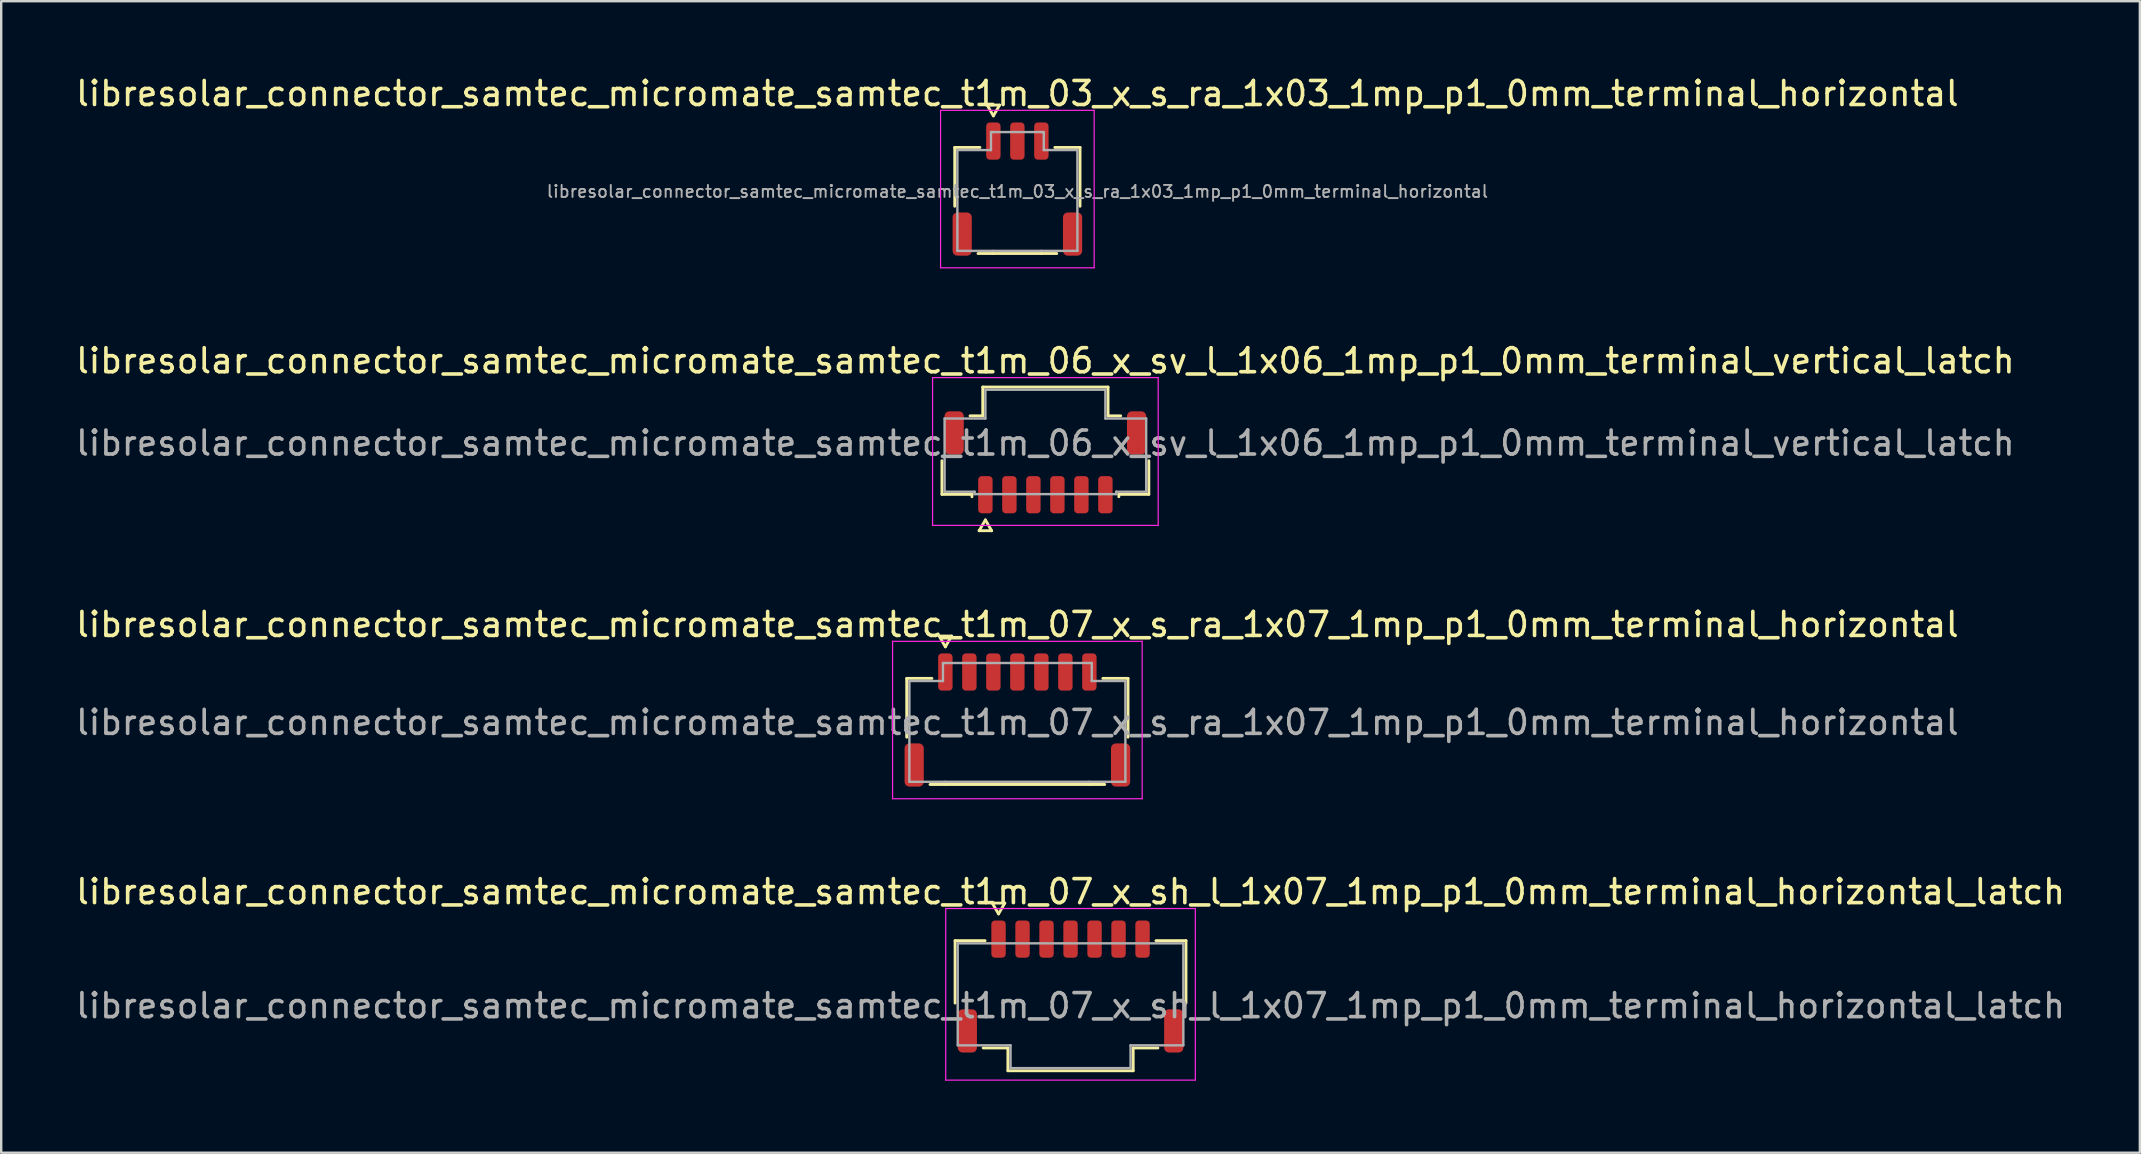
<source format=kicad_pcb>
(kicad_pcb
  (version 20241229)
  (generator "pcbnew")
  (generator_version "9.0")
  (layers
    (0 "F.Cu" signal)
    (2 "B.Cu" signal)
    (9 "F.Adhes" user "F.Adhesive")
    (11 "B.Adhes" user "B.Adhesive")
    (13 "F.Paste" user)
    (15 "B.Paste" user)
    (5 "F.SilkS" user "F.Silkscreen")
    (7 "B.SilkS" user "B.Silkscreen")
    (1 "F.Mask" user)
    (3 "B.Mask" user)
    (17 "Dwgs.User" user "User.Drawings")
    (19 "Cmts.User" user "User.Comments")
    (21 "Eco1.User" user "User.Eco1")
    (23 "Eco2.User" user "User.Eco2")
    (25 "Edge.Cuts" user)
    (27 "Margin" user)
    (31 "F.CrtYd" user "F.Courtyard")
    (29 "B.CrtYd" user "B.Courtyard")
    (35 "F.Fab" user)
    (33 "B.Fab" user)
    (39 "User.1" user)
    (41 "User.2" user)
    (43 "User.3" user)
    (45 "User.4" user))
  (footprint "libresolar_connector_samtec_micromate_samtec_t1m_06_x_sv_l_1x06_1mp_p1_0mm_terminal_vertical_latch"
    (layer "F.Cu")
    (at 40.506 15.412)
    (property "Reference" "libresolar_connector_samtec_micromate_samtec_t1m_06_x_sv_l_1x06_1mp_p1_0mm_terminal_vertical_latch" (at 0 -3.43 0) (layer "F.SilkS") (effects (font (size 1 1) (thickness 0.15))))
    (attr smd)
    (fp_line (start -4.31 2.135) (end -4.31 0.735) (stroke (width 0.12) (type solid)) (layer "F.SilkS"))
    (fp_line (start -3.14 -1.135) (end -2.61 -1.135) (stroke (width 0.12) (type solid)) (layer "F.SilkS"))
    (fp_line (start -3.06 2.135) (end -4.31 2.135) (stroke (width 0.12) (type solid)) (layer "F.SilkS"))
    (fp_line (start -3.06 2.235) (end -3.06 2.135) (stroke (width 0.12) (type solid)) (layer "F.SilkS"))
    (fp_line (start -2.76 3.65) (end -2.5 3.2) (stroke (width 0.12) (type solid)) (layer "F.SilkS"))
    (fp_line (start -2.61 -2.335) (end 2.61 -2.335) (stroke (width 0.12) (type solid)) (layer "F.SilkS"))
    (fp_line (start -2.61 -1.135) (end -2.61 -2.335) (stroke (width 0.12) (type solid)) (layer "F.SilkS"))
    (fp_line (start -2.5 3.2) (end -2.24 3.65) (stroke (width 0.12) (type solid)) (layer "F.SilkS"))
    (fp_line (start -2.24 3.65) (end -2.76 3.65) (stroke (width 0.12) (type solid)) (layer "F.SilkS"))
    (fp_line (start 2.61 -2.335) (end 2.61 -1.135) (stroke (width 0.12) (type solid)) (layer "F.SilkS"))
    (fp_line (start 2.61 -1.135) (end 3.14 -1.135) (stroke (width 0.12) (type solid)) (layer "F.SilkS"))
    (fp_line (start 3.06 2.135) (end 3.06 2.235) (stroke (width 0.12) (type solid)) (layer "F.SilkS"))
    (fp_line (start 4.31 0.735) (end 4.31 2.135) (stroke (width 0.12) (type solid)) (layer "F.SilkS"))
    (fp_line (start 4.31 2.135) (end 3.06 2.135) (stroke (width 0.12) (type solid)) (layer "F.SilkS"))
    (fp_line (start -4.7 -2.73) (end -4.7 3.43) (stroke (width 0.05) (type solid)) (layer "F.CrtYd"))
    (fp_line (start -4.7 3.43) (end 4.7 3.43) (stroke (width 0.05) (type solid)) (layer "F.CrtYd"))
    (fp_line (start 4.7 -2.73) (end -4.7 -2.73) (stroke (width 0.05) (type solid)) (layer "F.CrtYd"))
    (fp_line (start 4.7 3.43) (end 4.7 -2.73) (stroke (width 0.05) (type solid)) (layer "F.CrtYd"))
    (fp_line (start -4.2 -1.025) (end -2.5 -1.025) (stroke (width 0.1) (type solid)) (layer "F.Fab"))
    (fp_line (start -4.2 2.025) (end -4.2 -1.025) (stroke (width 0.1) (type solid)) (layer "F.Fab"))
    (fp_line (start -2.95 2.025) (end -4.2 2.025) (stroke (width 0.1) (type solid)) (layer "F.Fab"))
    (fp_line (start -2.95 2.125) (end -2.95 2.025) (stroke (width 0.1) (type solid)) (layer "F.Fab"))
    (fp_line (start -2.5 -2.225) (end 2.5 -2.225) (stroke (width 0.1) (type solid)) (layer "F.Fab"))
    (fp_line (start -2.5 -1.025) (end -2.5 -2.225) (stroke (width 0.1) (type solid)) (layer "F.Fab"))
    (fp_line (start 2.5 -2.225) (end 2.5 -1.025) (stroke (width 0.1) (type solid)) (layer "F.Fab"))
    (fp_line (start 2.5 -1.025) (end 4.2 -1.025) (stroke (width 0.1) (type solid)) (layer "F.Fab"))
    (fp_line (start 2.95 2.025) (end 2.95 2.125) (stroke (width 0.1) (type solid)) (layer "F.Fab"))
    (fp_line (start 2.95 2.125) (end -2.95 2.125) (stroke (width 0.1) (type solid)) (layer "F.Fab"))
    (fp_line (start 4.2 -1.025) (end 4.2 2.025) (stroke (width 0.1) (type solid)) (layer "F.Fab"))
    (fp_line (start 4.2 2.025) (end 2.95 2.025) (stroke (width 0.1) (type solid)) (layer "F.Fab"))
    (fp_text user "${REFERENCE}" (at 0 0 0) (layer "F.Fab") (effects (font (size 1 1) (thickness 0.15))))
    (pad "1" smd roundrect (at -2.5 2.15) (size 0.6 1.55) (layers "F.Cu" "F.Mask" "F.Paste") (roundrect_rratio 0.25))
    (pad "2" smd roundrect (at -1.5 2.15) (size 0.6 1.55) (layers "F.Cu" "F.Mask" "F.Paste") (roundrect_rratio 0.25))
    (pad "3" smd roundrect (at -0.5 2.15) (size 0.6 1.55) (layers "F.Cu" "F.Mask" "F.Paste") (roundrect_rratio 0.25))
    (pad "4" smd roundrect (at 0.5 2.15) (size 0.6 1.55) (layers "F.Cu" "F.Mask" "F.Paste") (roundrect_rratio 0.25))
    (pad "5" smd roundrect (at 1.5 2.15) (size 0.6 1.55) (layers "F.Cu" "F.Mask" "F.Paste") (roundrect_rratio 0.25))
    (pad "6" smd roundrect (at 2.5 2.15) (size 0.6 1.55) (layers "F.Cu" "F.Mask" "F.Paste") (roundrect_rratio 0.25))
    (pad "MP" smd roundrect (at -3.8 -0.425) (size 0.8 1.8) (layers "F.Cu" "F.Mask" "F.Paste") (roundrect_rratio 0.25))
    (pad "MP" smd roundrect (at 3.8 -0.425) (size 0.8 1.8) (layers "F.Cu" "F.Mask" "F.Paste") (roundrect_rratio 0.25)))
  (footprint "libresolar_connector_samtec_micromate_samtec_t1m_03_x_s_ra_1x03_1mp_p1_0mm_terminal_horizontal"
    (layer "F.Cu")
    (at 39.339 4.928)
    (property "Reference" "libresolar_connector_samtec_micromate_samtec_t1m_03_x_s_ra_1x03_1mp_p1_0mm_terminal_horizontal" (at 0 -4.08 0) (layer "F.SilkS") (effects (font (size 1 1) (thickness 0.15))))
    (attr smd)
    (fp_line (start -2.61 -1.835) (end -1.56 -1.835) (stroke (width 0.12) (type solid)) (layer "F.SilkS"))
    (fp_line (start -2.61 0.615) (end -2.61 -1.835) (stroke (width 0.12) (type solid)) (layer "F.SilkS"))
    (fp_line (start -1.26 -3.6) (end -1 -3.15) (stroke (width 0.12) (type solid)) (layer "F.SilkS"))
    (fp_line (start -1 -3.15) (end -0.74 -3.6) (stroke (width 0.12) (type solid)) (layer "F.SilkS"))
    (fp_line (start -1 2.585) (end -1.64 2.585) (stroke (width 0.12) (type solid)) (layer "F.SilkS"))
    (fp_line (start -0.74 -3.6) (end -1.26 -3.6) (stroke (width 0.12) (type solid)) (layer "F.SilkS"))
    (fp_line (start 1 2.585) (end -1 2.585) (stroke (width 0.12) (type solid)) (layer "F.SilkS"))
    (fp_line (start 1.56 -1.835) (end 2.61 -1.835) (stroke (width 0.12) (type solid)) (layer "F.SilkS"))
    (fp_line (start 1.64 2.585) (end 1 2.585) (stroke (width 0.12) (type solid)) (layer "F.SilkS"))
    (fp_line (start 2.61 -1.835) (end 2.61 0.615) (stroke (width 0.12) (type solid)) (layer "F.SilkS"))
    (fp_line (start -3.2 -3.38) (end -3.2 3.18) (stroke (width 0.05) (type solid)) (layer "F.CrtYd"))
    (fp_line (start -3.2 3.18) (end 3.2 3.18) (stroke (width 0.05) (type solid)) (layer "F.CrtYd"))
    (fp_line (start 3.2 -3.38) (end -3.2 -3.38) (stroke (width 0.05) (type solid)) (layer "F.CrtYd"))
    (fp_line (start 3.2 3.18) (end 3.2 -3.38) (stroke (width 0.05) (type solid)) (layer "F.CrtYd"))
    (fp_line (start -2.5 -1.725) (end -1.1 -1.725) (stroke (width 0.1) (type solid)) (layer "F.Fab"))
    (fp_line (start -2.5 2.475) (end -2.5 -1.725) (stroke (width 0.1) (type solid)) (layer "F.Fab"))
    (fp_line (start -1.1 -2.475) (end -1 -2.475) (stroke (width 0.1) (type solid)) (layer "F.Fab"))
    (fp_line (start -1.1 -1.725) (end -1.1 -2.475) (stroke (width 0.1) (type solid)) (layer "F.Fab"))
    (fp_line (start -1 -2.475) (end 1 -2.475) (stroke (width 0.1) (type solid)) (layer "F.Fab"))
    (fp_line (start -1 2.475) (end -2.5 2.475) (stroke (width 0.1) (type solid)) (layer "F.Fab"))
    (fp_line (start 1 -2.475) (end 1.1 -2.475) (stroke (width 0.1) (type solid)) (layer "F.Fab"))
    (fp_line (start 1 2.475) (end -1 2.475) (stroke (width 0.1) (type solid)) (layer "F.Fab"))
    (fp_line (start 1.1 -2.475) (end 1.1 -1.725) (stroke (width 0.1) (type solid)) (layer "F.Fab"))
    (fp_line (start 1.1 -1.725) (end 2.5 -1.725) (stroke (width 0.1) (type solid)) (layer "F.Fab"))
    (fp_line (start 2.5 -1.725) (end 2.5 2.475) (stroke (width 0.1) (type solid)) (layer "F.Fab"))
    (fp_line (start 2.5 2.475) (end 1 2.475) (stroke (width 0.1) (type solid)) (layer "F.Fab"))
    (fp_text user "${REFERENCE}" (at 0 0 0) (layer "F.Fab") (effects (font (size 0.5 0.5) (thickness 0.08))))
    (pad "1" smd roundrect (at -1 -2.1) (size 0.6 1.55) (layers "F.Cu" "F.Mask" "F.Paste") (roundrect_rratio 0.25))
    (pad "2" smd roundrect (at 0 -2.1) (size 0.6 1.55) (layers "F.Cu" "F.Mask" "F.Paste") (roundrect_rratio 0.25))
    (pad "3" smd roundrect (at 1 -2.1) (size 0.6 1.55) (layers "F.Cu" "F.Mask" "F.Paste") (roundrect_rratio 0.25))
    (pad "MP" smd roundrect (at -2.3 1.775) (size 0.8 1.8) (layers "F.Cu" "F.Mask" "F.Paste") (roundrect_rratio 0.25))
    (pad "MP" smd roundrect (at 2.3 1.775) (size 0.8 1.8) (layers "F.Cu" "F.Mask" "F.Paste") (roundrect_rratio 0.25)))
  (footprint "libresolar_connector_samtec_micromate_samtec_t1m_07_x_s_ra_1x07_1mp_p1_0mm_terminal_horizontal"
    (layer "F.Cu")
    (at 39.339 27.05)
    (property "Reference" "libresolar_connector_samtec_micromate_samtec_t1m_07_x_s_ra_1x07_1mp_p1_0mm_terminal_horizontal" (at 0 -4.08 0) (layer "F.SilkS") (effects (font (size 1 1) (thickness 0.15))))
    (attr smd)
    (fp_line (start -4.61 -1.835) (end -3.56 -1.835) (stroke (width 0.12) (type solid)) (layer "F.SilkS"))
    (fp_line (start -4.61 0.615) (end -4.61 -1.835) (stroke (width 0.12) (type solid)) (layer "F.SilkS"))
    (fp_line (start -3.26 -3.6) (end -3 -3.15) (stroke (width 0.12) (type solid)) (layer "F.SilkS"))
    (fp_line (start -3 -3.15) (end -2.74 -3.6) (stroke (width 0.12) (type solid)) (layer "F.SilkS"))
    (fp_line (start -3 2.585) (end -3.64 2.585) (stroke (width 0.12) (type solid)) (layer "F.SilkS"))
    (fp_line (start -2.74 -3.6) (end -3.26 -3.6) (stroke (width 0.12) (type solid)) (layer "F.SilkS"))
    (fp_line (start 3 2.585) (end -3 2.585) (stroke (width 0.12) (type solid)) (layer "F.SilkS"))
    (fp_line (start 3.56 -1.835) (end 4.61 -1.835) (stroke (width 0.12) (type solid)) (layer "F.SilkS"))
    (fp_line (start 3.64 2.585) (end 3 2.585) (stroke (width 0.12) (type solid)) (layer "F.SilkS"))
    (fp_line (start 4.61 -1.835) (end 4.61 0.615) (stroke (width 0.12) (type solid)) (layer "F.SilkS"))
    (fp_line (start -5.2 -3.38) (end -5.2 3.18) (stroke (width 0.05) (type solid)) (layer "F.CrtYd"))
    (fp_line (start -5.2 3.18) (end 5.2 3.18) (stroke (width 0.05) (type solid)) (layer "F.CrtYd"))
    (fp_line (start 5.2 -3.38) (end -5.2 -3.38) (stroke (width 0.05) (type solid)) (layer "F.CrtYd"))
    (fp_line (start 5.2 3.18) (end 5.2 -3.38) (stroke (width 0.05) (type solid)) (layer "F.CrtYd"))
    (fp_line (start -4.5 -1.725) (end -3.1 -1.725) (stroke (width 0.1) (type solid)) (layer "F.Fab"))
    (fp_line (start -4.5 2.475) (end -4.5 -1.725) (stroke (width 0.1) (type solid)) (layer "F.Fab"))
    (fp_line (start -3.1 -2.475) (end -3 -2.475) (stroke (width 0.1) (type solid)) (layer "F.Fab"))
    (fp_line (start -3.1 -1.725) (end -3.1 -2.475) (stroke (width 0.1) (type solid)) (layer "F.Fab"))
    (fp_line (start -3 -2.475) (end 3 -2.475) (stroke (width 0.1) (type solid)) (layer "F.Fab"))
    (fp_line (start -3 2.475) (end -4.5 2.475) (stroke (width 0.1) (type solid)) (layer "F.Fab"))
    (fp_line (start 3 -2.475) (end 3.1 -2.475) (stroke (width 0.1) (type solid)) (layer "F.Fab"))
    (fp_line (start 3 2.475) (end -3 2.475) (stroke (width 0.1) (type solid)) (layer "F.Fab"))
    (fp_line (start 3.1 -2.475) (end 3.1 -1.725) (stroke (width 0.1) (type solid)) (layer "F.Fab"))
    (fp_line (start 3.1 -1.725) (end 4.5 -1.725) (stroke (width 0.1) (type solid)) (layer "F.Fab"))
    (fp_line (start 4.5 -1.725) (end 4.5 2.475) (stroke (width 0.1) (type solid)) (layer "F.Fab"))
    (fp_line (start 4.5 2.475) (end 3 2.475) (stroke (width 0.1) (type solid)) (layer "F.Fab"))
    (fp_text user "${REFERENCE}" (at 0 0 0) (layer "F.Fab") (effects (font (size 1 1) (thickness 0.15))))
    (pad "1" smd roundrect (at -3 -2.1) (size 0.6 1.55) (layers "F.Cu" "F.Mask" "F.Paste") (roundrect_rratio 0.25))
    (pad "2" smd roundrect (at -2 -2.1) (size 0.6 1.55) (layers "F.Cu" "F.Mask" "F.Paste") (roundrect_rratio 0.25))
    (pad "3" smd roundrect (at -1 -2.1) (size 0.6 1.55) (layers "F.Cu" "F.Mask" "F.Paste") (roundrect_rratio 0.25))
    (pad "4" smd roundrect (at 0 -2.1) (size 0.6 1.55) (layers "F.Cu" "F.Mask" "F.Paste") (roundrect_rratio 0.25))
    (pad "5" smd roundrect (at 1 -2.1) (size 0.6 1.55) (layers "F.Cu" "F.Mask" "F.Paste") (roundrect_rratio 0.25))
    (pad "6" smd roundrect (at 2 -2.1) (size 0.6 1.55) (layers "F.Cu" "F.Mask" "F.Paste") (roundrect_rratio 0.25))
    (pad "7" smd roundrect (at 3 -2.1) (size 0.6 1.55) (layers "F.Cu" "F.Mask" "F.Paste") (roundrect_rratio 0.25))
    (pad "MP" smd roundrect (at -4.3 1.775) (size 0.8 1.8) (layers "F.Cu" "F.Mask" "F.Paste") (roundrect_rratio 0.25))
    (pad "MP" smd roundrect (at 4.3 1.775) (size 0.8 1.8) (layers "F.Cu" "F.Mask" "F.Paste") (roundrect_rratio 0.25)))
  (footprint "libresolar_connector_samtec_micromate_samtec_t1m_07_x_sh_l_1x07_1mp_p1_0mm_terminal_horizontal_latch"
    (layer "F.Cu")
    (at 41.554 38.853)
    (property "Reference" "libresolar_connector_samtec_micromate_samtec_t1m_07_x_sh_l_1x07_1mp_p1_0mm_terminal_horizontal_latch" (at 0 -4.75 0) (layer "F.SilkS") (effects (font (size 1 1) (thickness 0.15))))
    (attr smd)
    (fp_line (start -4.81 -2.71) (end -3.56 -2.71) (stroke (width 0.12) (type solid)) (layer "F.SilkS"))
    (fp_line (start -4.81 -0.11) (end -4.81 -2.71) (stroke (width 0.12) (type solid)) (layer "F.SilkS"))
    (fp_line (start -3.26 -4.275) (end -3 -3.825) (stroke (width 0.12) (type solid)) (layer "F.SilkS"))
    (fp_line (start -3 -3.825) (end -2.74 -4.275) (stroke (width 0.12) (type solid)) (layer "F.SilkS"))
    (fp_line (start -2.74 -4.275) (end -3.26 -4.275) (stroke (width 0.12) (type solid)) (layer "F.SilkS"))
    (fp_line (start -2.61 1.76) (end -3.64 1.76) (stroke (width 0.12) (type solid)) (layer "F.SilkS"))
    (fp_line (start -2.61 2.71) (end -2.61 1.76) (stroke (width 0.12) (type solid)) (layer "F.SilkS"))
    (fp_line (start 2.61 1.76) (end 2.61 2.71) (stroke (width 0.12) (type solid)) (layer "F.SilkS"))
    (fp_line (start 2.61 2.71) (end -2.61 2.71) (stroke (width 0.12) (type solid)) (layer "F.SilkS"))
    (fp_line (start 3.56 -2.71) (end 4.81 -2.71) (stroke (width 0.12) (type solid)) (layer "F.SilkS"))
    (fp_line (start 3.64 1.76) (end 2.61 1.76) (stroke (width 0.12) (type solid)) (layer "F.SilkS"))
    (fp_line (start 4.81 -2.71) (end 4.81 -0.11) (stroke (width 0.12) (type solid)) (layer "F.SilkS"))
    (fp_line (start -5.2 -4.05) (end -5.2 3.1) (stroke (width 0.05) (type solid)) (layer "F.CrtYd"))
    (fp_line (start -5.2 3.1) (end 5.2 3.1) (stroke (width 0.05) (type solid)) (layer "F.CrtYd"))
    (fp_line (start 5.2 -4.05) (end -5.2 -4.05) (stroke (width 0.05) (type solid)) (layer "F.CrtYd"))
    (fp_line (start 5.2 3.1) (end 5.2 -4.05) (stroke (width 0.05) (type solid)) (layer "F.CrtYd"))
    (fp_line (start -4.7 -2.6) (end 4.7 -2.6) (stroke (width 0.1) (type solid)) (layer "F.Fab"))
    (fp_line (start -4.7 1.65) (end -4.7 -2.6) (stroke (width 0.1) (type solid)) (layer "F.Fab"))
    (fp_line (start -2.5 1.65) (end -4.7 1.65) (stroke (width 0.1) (type solid)) (layer "F.Fab"))
    (fp_line (start -2.5 2.6) (end -2.5 1.65) (stroke (width 0.1) (type solid)) (layer "F.Fab"))
    (fp_line (start 2.5 1.65) (end 2.5 2.6) (stroke (width 0.1) (type solid)) (layer "F.Fab"))
    (fp_line (start 2.5 2.6) (end -2.5 2.6) (stroke (width 0.1) (type solid)) (layer "F.Fab"))
    (fp_line (start 4.7 -2.6) (end 4.7 1.65) (stroke (width 0.1) (type solid)) (layer "F.Fab"))
    (fp_line (start 4.7 1.65) (end 2.5 1.65) (stroke (width 0.1) (type solid)) (layer "F.Fab"))
    (fp_text user "${REFERENCE}" (at 0 0 0) (layer "F.Fab") (effects (font (size 1 1) (thickness 0.15))))
    (pad "1" smd roundrect (at -3 -2.775) (size 0.6 1.55) (layers "F.Cu" "F.Mask" "F.Paste") (roundrect_rratio 0.25))
    (pad "2" smd roundrect (at -2 -2.775) (size 0.6 1.55) (layers "F.Cu" "F.Mask" "F.Paste") (roundrect_rratio 0.25))
    (pad "3" smd roundrect (at -1 -2.775) (size 0.6 1.55) (layers "F.Cu" "F.Mask" "F.Paste") (roundrect_rratio 0.25))
    (pad "4" smd roundrect (at 0 -2.775) (size 0.6 1.55) (layers "F.Cu" "F.Mask" "F.Paste") (roundrect_rratio 0.25))
    (pad "5" smd roundrect (at 1 -2.775) (size 0.6 1.55) (layers "F.Cu" "F.Mask" "F.Paste") (roundrect_rratio 0.25))
    (pad "6" smd roundrect (at 2 -2.775) (size 0.6 1.55) (layers "F.Cu" "F.Mask" "F.Paste") (roundrect_rratio 0.25))
    (pad "7" smd roundrect (at 3 -2.775) (size 0.6 1.55) (layers "F.Cu" "F.Mask" "F.Paste") (roundrect_rratio 0.25))
    (pad "MP" smd roundrect (at -4.3 1.05) (size 0.8 1.8) (layers "F.Cu" "F.Mask" "F.Paste") (roundrect_rratio 0.25))
    (pad "MP" smd roundrect (at 4.3 1.05) (size 0.8 1.8) (layers "F.Cu" "F.Mask" "F.Paste") (roundrect_rratio 0.25)))
  (gr_rect
    (start -3 -3)
    (end 86.107 44.978)
    (stroke (width 0.1) (type default))
    (fill no)
    (layer "Edge.Cuts")))
</source>
